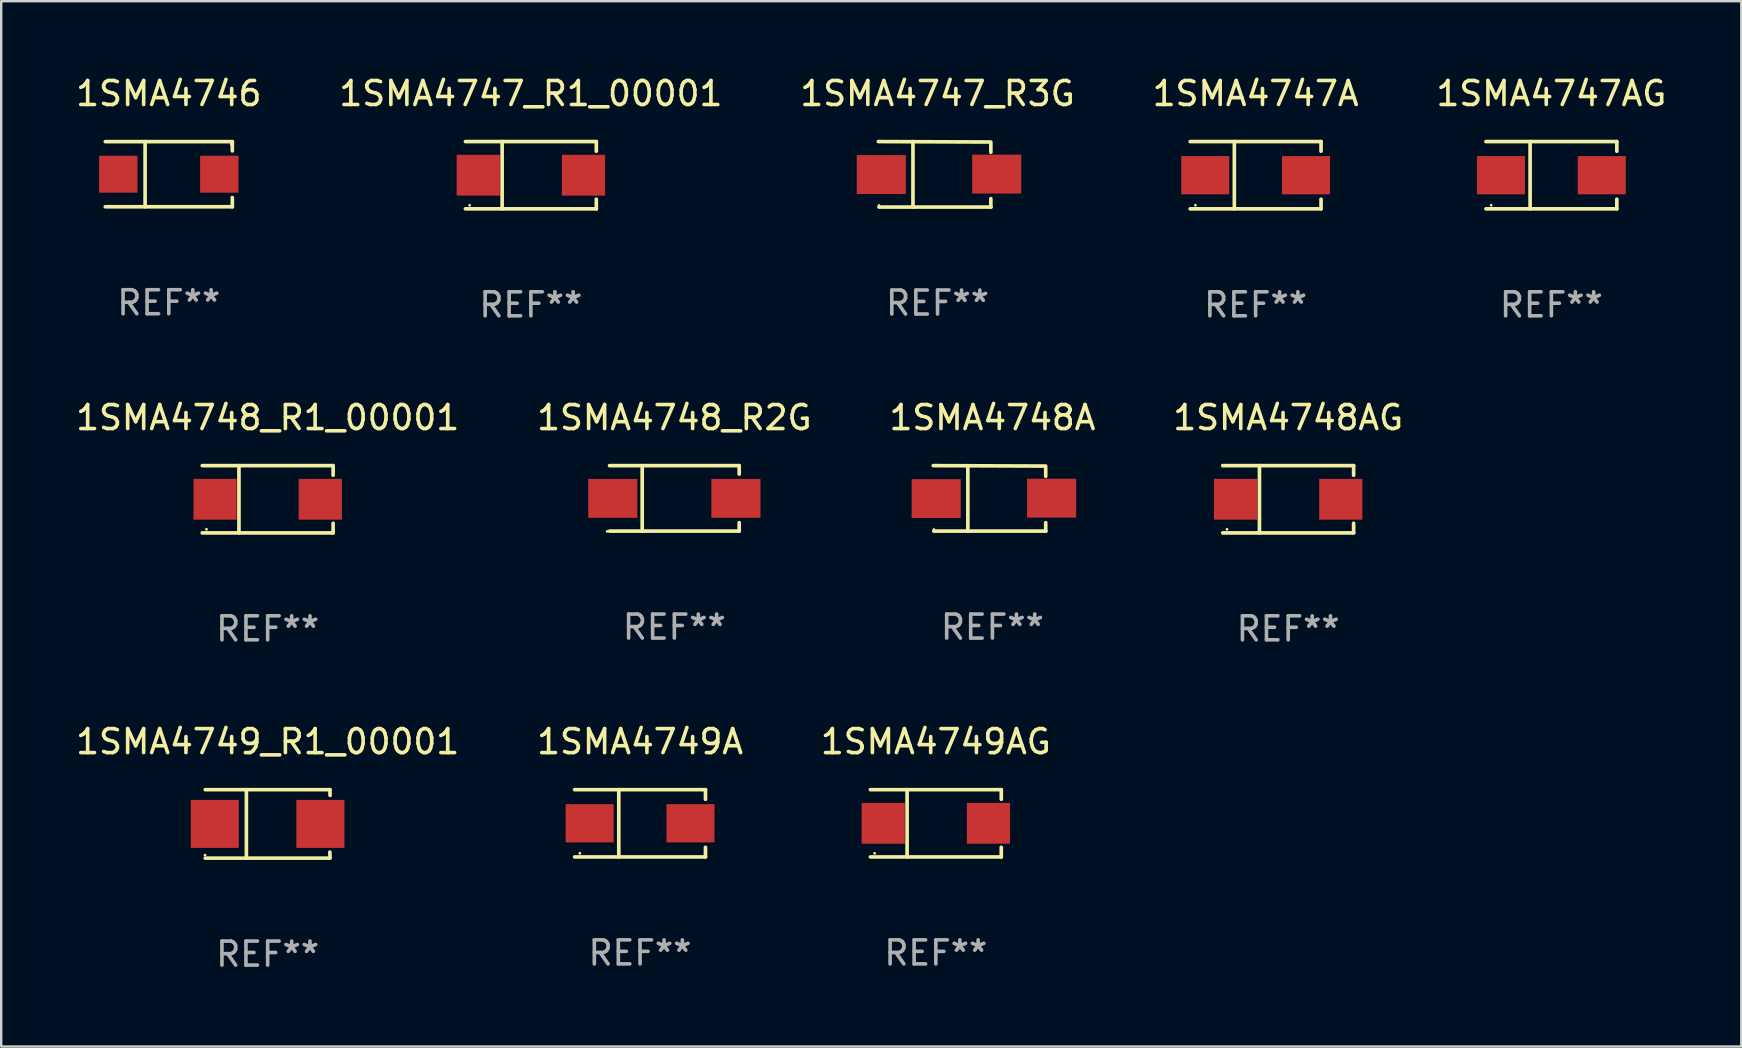
<source format=kicad_pcb>
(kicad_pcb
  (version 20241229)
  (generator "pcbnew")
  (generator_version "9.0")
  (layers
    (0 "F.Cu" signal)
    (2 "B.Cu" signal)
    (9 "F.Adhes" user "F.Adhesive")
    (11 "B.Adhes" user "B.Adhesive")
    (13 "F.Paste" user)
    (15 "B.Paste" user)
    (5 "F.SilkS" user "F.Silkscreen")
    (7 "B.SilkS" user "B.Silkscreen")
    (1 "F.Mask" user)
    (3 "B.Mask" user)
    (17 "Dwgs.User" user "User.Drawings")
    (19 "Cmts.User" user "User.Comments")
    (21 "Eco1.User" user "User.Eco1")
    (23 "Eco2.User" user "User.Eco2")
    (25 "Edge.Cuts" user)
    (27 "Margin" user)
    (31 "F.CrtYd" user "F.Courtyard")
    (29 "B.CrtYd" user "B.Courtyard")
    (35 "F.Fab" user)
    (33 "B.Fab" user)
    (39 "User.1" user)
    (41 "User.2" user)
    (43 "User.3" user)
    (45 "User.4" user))
  (footprint "1SMA4747AG"
    (layer "F.Cu")
    (at 61.577 4.249)
    (property "Reference" "1SMA4747AG" (at 0 -3.401 0) (layer "F.SilkS") (effects (font (size 1 1) (thickness 0.15))))
    (attr through_hole)
    (fp_line (start -2.726 -1.401) (end 2.726 -1.401) (stroke (width 0.152) (type solid)) (layer "F.SilkS"))
    (fp_line (start -2.726 1.401) (end 2.726 1.401) (stroke (width 0.152) (type solid)) (layer "F.SilkS"))
    (fp_line (start -0.886 -1.401) (end -0.886 1.401) (stroke (width 0.152) (type solid)) (layer "F.SilkS"))
    (fp_line (start 2.726 -1.401) (end 2.726 -1) (stroke (width 0.152) (type solid)) (layer "F.SilkS"))
    (fp_line (start 2.726 1.401) (end 2.726 1) (stroke (width 0.152) (type solid)) (layer "F.SilkS"))
    (fp_circle (center -2.507 1.25) (end -2.477 1.25) (stroke (width 0.06) (type solid)) (fill no) (layer "F.SilkS"))
    (fp_text user "REF**" (at 0 5.401 0) (layer "F.Fab") (effects (font (size 1 1) (thickness 0.15))))
    (pad "1" smd rect (at -2.1 0 180) (size 2 1.593) (layers "F.Cu" "F.Mask" "F.Paste"))
    (pad "2" smd rect (at 2.1 0 180) (size 2 1.593) (layers "F.Cu" "F.Mask" "F.Paste")))
  (footprint "1SMA4748AG"
    (layer "F.Cu")
    (at 50.613 17.748)
    (property "Reference" "1SMA4748AG" (at 0 -3.401 0) (layer "F.SilkS") (effects (font (size 1 1) (thickness 0.15))))
    (attr through_hole)
    (fp_line (start -2.726 -1.401) (end 2.726 -1.401) (stroke (width 0.152) (type solid)) (layer "F.SilkS"))
    (fp_line (start -2.726 1.401) (end 2.726 1.401) (stroke (width 0.152) (type solid)) (layer "F.SilkS"))
    (fp_line (start -1.197 -1.401) (end -1.197 1.401) (stroke (width 0.152) (type solid)) (layer "F.SilkS"))
    (fp_line (start 2.726 -1.401) (end 2.726 -1) (stroke (width 0.152) (type solid)) (layer "F.SilkS"))
    (fp_line (start 2.726 1.401) (end 2.726 1) (stroke (width 0.152) (type solid)) (layer "F.SilkS"))
    (fp_circle (center -2.55 1.25) (end -2.52 1.25) (stroke (width 0.06) (type solid)) (fill no) (layer "F.SilkS"))
    (fp_text user "REF**" (at 0 5.401 0) (layer "F.Fab") (effects (font (size 1 1) (thickness 0.15))))
    (pad "1" smd rect (at -2.192 0) (size 1.8 1.7) (layers "F.Cu" "F.Mask" "F.Paste"))
    (pad "2" smd rect (at 2.192 0) (size 1.8 1.7) (layers "F.Cu" "F.Mask" "F.Paste")))
  (footprint "1SMA4748_R1_00001"
    (layer "F.Cu")
    (at 8.101 17.748)
    (property "Reference" "1SMA4748_R1_00001" (at 0 -3.401 0) (layer "F.SilkS") (effects (font (size 1 1) (thickness 0.15))))
    (attr through_hole)
    (fp_line (start -2.726 -1.401) (end 2.726 -1.401) (stroke (width 0.152) (type solid)) (layer "F.SilkS"))
    (fp_line (start -2.726 1.401) (end 2.726 1.401) (stroke (width 0.152) (type solid)) (layer "F.SilkS"))
    (fp_line (start -1.197 -1.401) (end -1.197 1.401) (stroke (width 0.152) (type solid)) (layer "F.SilkS"))
    (fp_line (start 2.726 -1.401) (end 2.726 -1) (stroke (width 0.152) (type solid)) (layer "F.SilkS"))
    (fp_line (start 2.726 1.401) (end 2.726 1) (stroke (width 0.152) (type solid)) (layer "F.SilkS"))
    (fp_circle (center -2.55 1.25) (end -2.52 1.25) (stroke (width 0.06) (type solid)) (fill no) (layer "F.SilkS"))
    (fp_text user "REF**" (at 0 5.401 0) (layer "F.Fab") (effects (font (size 1 1) (thickness 0.15))))
    (pad "1" smd rect (at -2.192 0) (size 1.8 1.7) (layers "F.Cu" "F.Mask" "F.Paste"))
    (pad "2" smd rect (at 2.192 0) (size 1.8 1.7) (layers "F.Cu" "F.Mask" "F.Paste")))
  (footprint "1SMA4748_R2G"
    (layer "F.Cu")
    (at 25.042 17.711)
    (property "Reference" "1SMA4748_R2G" (at 0 -3.364 0) (layer "F.SilkS") (effects (font (size 1 1) (thickness 0.15))))
    (attr through_hole)
    (fp_line (start -2.701 -1.364) (end 2.701 -1.364) (stroke (width 0.152) (type solid)) (layer "F.SilkS"))
    (fp_line (start -2.701 1.364) (end 2.701 1.364) (stroke (width 0.152) (type solid)) (layer "F.SilkS"))
    (fp_line (start -1.339 -1.364) (end -1.339 1.364) (stroke (width 0.152) (type solid)) (layer "F.SilkS"))
    (fp_line (start 2.701 -1.364) (end 2.701 -1.013) (stroke (width 0.152) (type solid)) (layer "F.SilkS"))
    (fp_line (start 2.701 1.364) (end 2.701 1.013) (stroke (width 0.152) (type solid)) (layer "F.SilkS"))
    (fp_circle (center -2.8 1.375) (end -2.77 1.375) (stroke (width 0.06) (type solid)) (fill no) (layer "F.SilkS"))
    (fp_text user "REF**" (at 0 5.364 0) (layer "F.Fab") (effects (font (size 1 1) (thickness 0.15))))
    (pad "1" smd rect (at -2.565 -0.000025) (size 2.046 1.62) (layers "F.Cu" "F.Mask" "F.Paste"))
    (pad "2" smd rect (at 2.565 -0.000025) (size 2.046 1.62) (layers "F.Cu" "F.Mask" "F.Paste")))
  (footprint "1SMA4747_R3G"
    (layer "F.Cu")
    (at 36.006 4.212)
    (property "Reference" "1SMA4747_R3G" (at 0 -3.364 0) (layer "F.SilkS") (effects (font (size 1 1) (thickness 0.15))))
    (attr through_hole)
    (fp_line (start -2.465 -1.364) (end 2.22 -1.346) (stroke (width 0.152) (type solid)) (layer "F.SilkS"))
    (fp_line (start -2.442 1.364) (end 2.226 1.364) (stroke (width 0.152) (type solid)) (layer "F.SilkS"))
    (fp_line (start -1.024 -1.364) (end -1.024 1.364) (stroke (width 0.152) (type solid)) (layer "F.SilkS"))
    (fp_line (start 2.22 -1.27) (end 2.22 -0.919) (stroke (width 0.152) (type solid)) (layer "F.SilkS"))
    (fp_line (start 2.22 1.364) (end 2.22 1.013) (stroke (width 0.152) (type solid)) (layer "F.SilkS"))
    (fp_circle (center -2.439 1.3) (end -2.409 1.3) (stroke (width 0.06) (type solid)) (fill no) (layer "F.SilkS"))
    (fp_text user "REF**" (at 0 5.364 0) (layer "F.Fab") (effects (font (size 1 1) (thickness 0.15))))
    (pad "1" smd rect (at -2.343 0.009) (size 2.046 1.62) (layers "F.Cu" "F.Mask" "F.Paste"))
    (pad "2" smd rect (at 2.465 -0.009 180) (size 2.046 1.62) (layers "F.Cu" "F.Mask" "F.Paste")))
  (footprint "1SMA4747A"
    (layer "F.Cu")
    (at 49.256 4.249)
    (property "Reference" "1SMA4747A" (at 0 -3.401 0) (layer "F.SilkS") (effects (font (size 1 1) (thickness 0.15))))
    (attr through_hole)
    (fp_line (start -2.726 -1.401) (end 2.726 -1.401) (stroke (width 0.152) (type solid)) (layer "F.SilkS"))
    (fp_line (start -2.726 1.401) (end 2.726 1.401) (stroke (width 0.152) (type solid)) (layer "F.SilkS"))
    (fp_line (start -0.886 -1.401) (end -0.886 1.401) (stroke (width 0.152) (type solid)) (layer "F.SilkS"))
    (fp_line (start 2.726 -1.401) (end 2.726 -1) (stroke (width 0.152) (type solid)) (layer "F.SilkS"))
    (fp_line (start 2.726 1.401) (end 2.726 1) (stroke (width 0.152) (type solid)) (layer "F.SilkS"))
    (fp_circle (center -2.507 1.25) (end -2.477 1.25) (stroke (width 0.06) (type solid)) (fill no) (layer "F.SilkS"))
    (fp_text user "REF**" (at 0 5.401 0) (layer "F.Fab") (effects (font (size 1 1) (thickness 0.15))))
    (pad "1" smd rect (at -2.1 0 180) (size 2 1.593) (layers "F.Cu" "F.Mask" "F.Paste"))
    (pad "2" smd rect (at 2.1 0 180) (size 2 1.593) (layers "F.Cu" "F.Mask" "F.Paste")))
  (footprint "1SMA4747_R1_00001"
    (layer "F.Cu")
    (at 19.065 4.249)
    (property "Reference" "1SMA4747_R1_00001" (at 0 -3.401 0) (layer "F.SilkS") (effects (font (size 1 1) (thickness 0.15))))
    (attr through_hole)
    (fp_line (start -2.726 -1.401) (end 2.726 -1.401) (stroke (width 0.152) (type solid)) (layer "F.SilkS"))
    (fp_line (start -2.726 1.401) (end 2.726 1.401) (stroke (width 0.152) (type solid)) (layer "F.SilkS"))
    (fp_line (start -1.197 -1.401) (end -1.197 1.401) (stroke (width 0.152) (type solid)) (layer "F.SilkS"))
    (fp_line (start 2.726 -1.401) (end 2.726 -1) (stroke (width 0.152) (type solid)) (layer "F.SilkS"))
    (fp_line (start 2.726 1.401) (end 2.726 1) (stroke (width 0.152) (type solid)) (layer "F.SilkS"))
    (fp_circle (center -2.55 1.25) (end -2.52 1.25) (stroke (width 0.06) (type solid)) (fill no) (layer "F.SilkS"))
    (fp_text user "REF**" (at 0 5.401 0) (layer "F.Fab") (effects (font (size 1 1) (thickness 0.15))))
    (pad "1" smd rect (at -2.192 0) (size 1.8 1.7) (layers "F.Cu" "F.Mask" "F.Paste"))
    (pad "2" smd rect (at 2.192 0) (size 1.8 1.7) (layers "F.Cu" "F.Mask" "F.Paste")))
  (footprint "1SMA4749_R1_00001"
    (layer "F.Cu")
    (at 8.101 31.272)
    (property "Reference" "1SMA4749_R1_00001" (at 0 -3.426 0) (layer "F.SilkS") (effects (font (size 1 1) (thickness 0.15))))
    (attr through_hole)
    (fp_line (start -2.6 -1.426) (end 2.593 -1.426) (stroke (width 0.152) (type solid)) (layer "F.SilkS"))
    (fp_line (start -2.6 1.426) (end 2.593 1.426) (stroke (width 0.152) (type solid)) (layer "F.SilkS"))
    (fp_line (start -0.887 -1.426) (end -0.887 1.426) (stroke (width 0.152) (type solid)) (layer "F.SilkS"))
    (fp_line (start 2.59 1.176) (end 2.597 1.415) (stroke (width 0.152) (type solid)) (layer "F.SilkS"))
    (fp_line (start 2.593 -1.426) (end 2.6 -1.187) (stroke (width 0.152) (type solid)) (layer "F.SilkS"))
    (fp_circle (center -2.608 1.3) (end -2.578 1.3) (stroke (width 0.06) (type solid)) (fill no) (layer "F.SilkS"))
    (fp_text user "REF**" (at 0 5.426 0) (layer "F.Fab") (effects (font (size 1 1) (thickness 0.15))))
    (pad "1" smd rect (at -2.203 0 180) (size 2 2) (layers "F.Cu" "F.Mask" "F.Paste"))
    (pad "2" smd rect (at 2.197 0 180) (size 2 2) (layers "F.Cu" "F.Mask" "F.Paste")))
  (footprint "1SMA4749A"
    (layer "F.Cu")
    (at 23.613 31.247)
    (property "Reference" "1SMA4749A" (at 0 -3.401 0) (layer "F.SilkS") (effects (font (size 1 1) (thickness 0.15))))
    (attr through_hole)
    (fp_line (start -2.726 -1.401) (end 2.726 -1.401) (stroke (width 0.152) (type solid)) (layer "F.SilkS"))
    (fp_line (start -2.726 1.401) (end 2.726 1.401) (stroke (width 0.152) (type solid)) (layer "F.SilkS"))
    (fp_line (start -0.886 -1.401) (end -0.886 1.401) (stroke (width 0.152) (type solid)) (layer "F.SilkS"))
    (fp_line (start 2.726 -1.401) (end 2.726 -1) (stroke (width 0.152) (type solid)) (layer "F.SilkS"))
    (fp_line (start 2.726 1.401) (end 2.726 1) (stroke (width 0.152) (type solid)) (layer "F.SilkS"))
    (fp_circle (center -2.507 1.25) (end -2.477 1.25) (stroke (width 0.06) (type solid)) (fill no) (layer "F.SilkS"))
    (fp_text user "REF**" (at 0 5.401 0) (layer "F.Fab") (effects (font (size 1 1) (thickness 0.15))))
    (pad "1" smd rect (at -2.1 0 180) (size 2 1.593) (layers "F.Cu" "F.Mask" "F.Paste"))
    (pad "2" smd rect (at 2.1 0 180) (size 2 1.593) (layers "F.Cu" "F.Mask" "F.Paste")))
  (footprint "1SMA4748A"
    (layer "F.Cu")
    (at 38.292 17.711)
    (property "Reference" "1SMA4748A" (at 0 -3.364 0) (layer "F.SilkS") (effects (font (size 1 1) (thickness 0.15))))
    (attr through_hole)
    (fp_line (start -2.465 -1.364) (end 2.22 -1.346) (stroke (width 0.152) (type solid)) (layer "F.SilkS"))
    (fp_line (start -2.442 1.364) (end 2.226 1.364) (stroke (width 0.152) (type solid)) (layer "F.SilkS"))
    (fp_line (start -1.024 -1.364) (end -1.024 1.364) (stroke (width 0.152) (type solid)) (layer "F.SilkS"))
    (fp_line (start 2.22 -1.27) (end 2.22 -0.919) (stroke (width 0.152) (type solid)) (layer "F.SilkS"))
    (fp_line (start 2.22 1.364) (end 2.22 1.013) (stroke (width 0.152) (type solid)) (layer "F.SilkS"))
    (fp_circle (center -2.439 1.3) (end -2.409 1.3) (stroke (width 0.06) (type solid)) (fill no) (layer "F.SilkS"))
    (fp_text user "REF**" (at 0 5.364 0) (layer "F.Fab") (effects (font (size 1 1) (thickness 0.15))))
    (pad "1" smd rect (at -2.343 0.009) (size 2.046 1.62) (layers "F.Cu" "F.Mask" "F.Paste"))
    (pad "2" smd rect (at 2.465 -0.009 180) (size 2.046 1.62) (layers "F.Cu" "F.Mask" "F.Paste")))
  (footprint "1SMA4746"
    (layer "F.Cu")
    (at 3.982 4.206)
    (property "Reference" "1SMA4746" (at 0 -3.358 0) (layer "F.SilkS") (effects (font (size 1 1) (thickness 0.15))))
    (attr through_hole)
    (fp_line (start -2.646 -1.355) (end 2.646 -1.355) (stroke (width 0.152) (type solid)) (layer "F.SilkS"))
    (fp_line (start -2.646 1.358) (end 2.646 1.358) (stroke (width 0.152) (type solid)) (layer "F.SilkS"))
    (fp_line (start -0.987 -1.358) (end -0.987 1.355) (stroke (width 0.152) (type solid)) (layer "F.SilkS"))
    (fp_line (start 2.646 -1.355) (end 2.646 -0.971) (stroke (width 0.152) (type solid)) (layer "F.SilkS"))
    (fp_line (start 2.646 1.358) (end 2.646 0.974) (stroke (width 0.152) (type solid)) (layer "F.SilkS"))
    (fp_circle (center 2.6 -1.249) (end 2.63 -1.249) (stroke (width 0.06) (type solid)) (fill no) (layer "F.SilkS"))
    (fp_text user "REF**" (at 0 5.358 0) (layer "F.Fab") (effects (font (size 1 1) (thickness 0.15))))
    (pad "1" smd rect (at 2.104 0.001) (size 1.6 1.539) (layers "F.Cu" "F.Mask" "F.Paste"))
    (pad "2" smd rect (at -2.104 0.001) (size 1.6 1.539) (layers "F.Cu" "F.Mask" "F.Paste")))
  (footprint "1SMA4749AG"
    (layer "F.Cu")
    (at 35.935 31.247)
    (property "Reference" "1SMA4749AG" (at 0 -3.401 0) (layer "F.SilkS") (effects (font (size 1 1) (thickness 0.15))))
    (attr through_hole)
    (fp_line (start -2.726 -1.401) (end 2.726 -1.401) (stroke (width 0.152) (type solid)) (layer "F.SilkS"))
    (fp_line (start -2.726 1.401) (end 2.726 1.401) (stroke (width 0.152) (type solid)) (layer "F.SilkS"))
    (fp_line (start -1.197 -1.401) (end -1.197 1.401) (stroke (width 0.152) (type solid)) (layer "F.SilkS"))
    (fp_line (start 2.726 -1.401) (end 2.726 -1) (stroke (width 0.152) (type solid)) (layer "F.SilkS"))
    (fp_line (start 2.726 1.401) (end 2.726 1) (stroke (width 0.152) (type solid)) (layer "F.SilkS"))
    (fp_circle (center -2.55 1.25) (end -2.52 1.25) (stroke (width 0.06) (type solid)) (fill no) (layer "F.SilkS"))
    (fp_text user "REF**" (at 0 5.401 0) (layer "F.Fab") (effects (font (size 1 1) (thickness 0.15))))
    (pad "1" smd rect (at -2.192 0) (size 1.8 1.7) (layers "F.Cu" "F.Mask" "F.Paste"))
    (pad "2" smd rect (at 2.192 0) (size 1.8 1.7) (layers "F.Cu" "F.Mask" "F.Paste")))
  (gr_rect
    (start -3 -3)
    (end 69.488 40.547)
    (stroke (width 0.1) (type default))
    (fill no)
    (layer "Edge.Cuts")))
</source>
